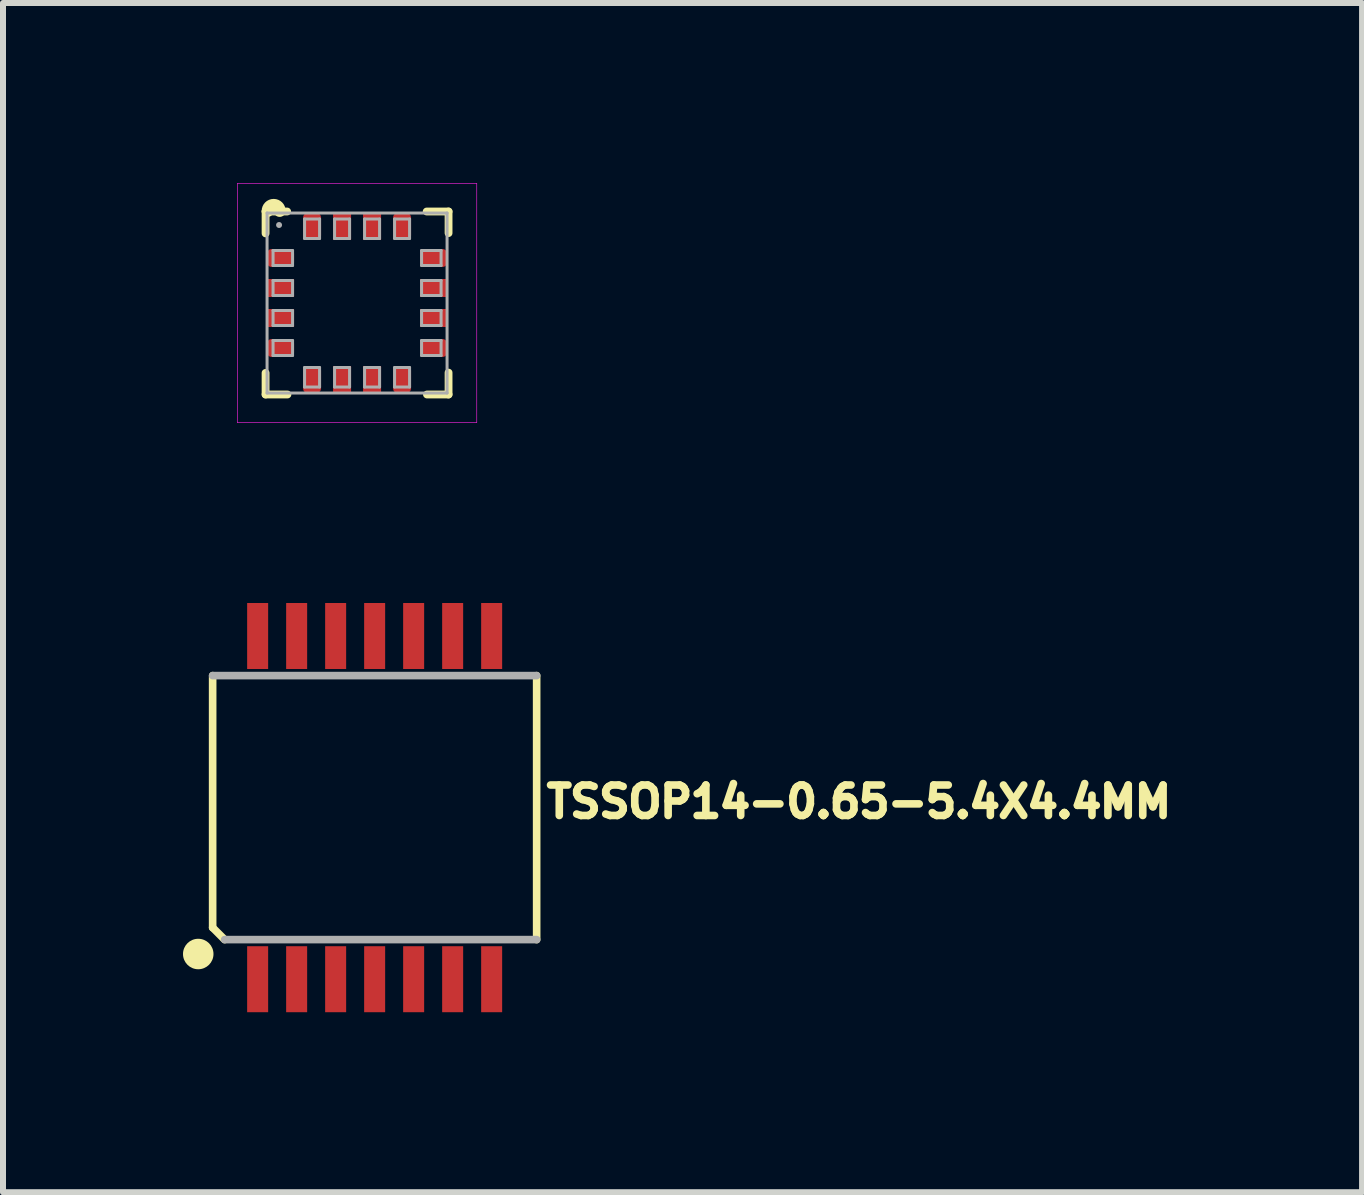
<source format=kicad_pcb>
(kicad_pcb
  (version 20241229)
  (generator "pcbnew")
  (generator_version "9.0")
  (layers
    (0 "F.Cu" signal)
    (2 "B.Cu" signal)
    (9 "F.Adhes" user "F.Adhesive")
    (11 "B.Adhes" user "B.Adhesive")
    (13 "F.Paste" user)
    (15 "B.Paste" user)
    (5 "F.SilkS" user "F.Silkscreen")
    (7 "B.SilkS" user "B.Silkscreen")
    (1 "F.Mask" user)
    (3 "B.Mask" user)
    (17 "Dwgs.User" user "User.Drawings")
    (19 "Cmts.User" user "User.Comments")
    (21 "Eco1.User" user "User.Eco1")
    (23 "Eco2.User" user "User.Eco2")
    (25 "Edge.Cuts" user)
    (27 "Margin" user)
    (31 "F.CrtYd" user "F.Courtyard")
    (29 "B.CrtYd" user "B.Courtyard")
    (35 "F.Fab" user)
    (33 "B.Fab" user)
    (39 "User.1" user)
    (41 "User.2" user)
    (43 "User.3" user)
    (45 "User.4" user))
  (footprint "QLGA-16(3X3)"
    (layer "F.Cu")
    (at 2.901 2)
    (property "Reference" "QLGA-16(3X3)" (at 0 0 0) (layer "F.Mask") (effects (font (size 0.51 0.51) (thickness 0.09))))
    (fp_line (start -1.5 -1.5) (end 1.5 -1.5) (stroke (width 0.05) (type solid)) (layer "F.Mask"))
    (fp_line (start -1.5 1.5) (end -1.5 -1.5) (stroke (width 0.05) (type solid)) (layer "F.Mask"))
    (fp_line (start -1.35 -1.3) (end -1.15 -1.1) (stroke (width 0.1) (type solid)) (layer "F.Mask"))
    (fp_line (start -1.15 -1.1) (end -0.95 -1.3) (stroke (width 0.1) (type solid)) (layer "F.Mask"))
    (fp_line (start -1.1 -0.6) (end -1.1 -0.9) (stroke (width 0.1) (type solid)) (layer "F.Mask"))
    (fp_line (start -1.1 0.6) (end -1.1 0.9) (stroke (width 0.1) (type solid)) (layer "F.Mask"))
    (fp_line (start -1.018 -0.67) (end -1.018 -0.83) (stroke (width 0.065) (type solid)) (layer "F.Mask"))
    (fp_line (start -1.018 0.67) (end -1.018 0.83) (stroke (width 0.065) (type solid)) (layer "F.Mask"))
    (fp_line (start -0.95 -1.3) (end -1.35 -1.3) (stroke (width 0.1) (type solid)) (layer "F.Mask"))
    (fp_line (start -0.67 -1.018) (end -0.83 -1.018) (stroke (width 0.065) (type solid)) (layer "F.Mask"))
    (fp_line (start -0.67 1.018) (end -0.83 1.018) (stroke (width 0.065) (type solid)) (layer "F.Mask"))
    (fp_line (start -0.6 -1.1) (end -0.9 -1.1) (stroke (width 0.1) (type solid)) (layer "F.Mask"))
    (fp_line (start -0.6 1.1) (end -0.9 1.1) (stroke (width 0.1) (type solid)) (layer "F.Mask"))
    (fp_line (start 0.6 -1.1) (end 0.9 -1.1) (stroke (width 0.1) (type solid)) (layer "F.Mask"))
    (fp_line (start 0.6 1.1) (end 0.9 1.1) (stroke (width 0.1) (type solid)) (layer "F.Mask"))
    (fp_line (start 0.67 -1.018) (end 0.83 -1.018) (stroke (width 0.065) (type solid)) (layer "F.Mask"))
    (fp_line (start 0.67 1.018) (end 0.83 1.018) (stroke (width 0.065) (type solid)) (layer "F.Mask"))
    (fp_line (start 1.018 -0.67) (end 1.018 -0.83) (stroke (width 0.065) (type solid)) (layer "F.Mask"))
    (fp_line (start 1.018 0.67) (end 1.018 0.83) (stroke (width 0.065) (type solid)) (layer "F.Mask"))
    (fp_line (start 1.1 -0.6) (end 1.1 -0.9) (stroke (width 0.1) (type solid)) (layer "F.Mask"))
    (fp_line (start 1.1 0.6) (end 1.1 0.9) (stroke (width 0.1) (type solid)) (layer "F.Mask"))
    (fp_line (start 1.5 -1.5) (end 1.5 1.5) (stroke (width 0.05) (type solid)) (layer "F.Mask"))
    (fp_line (start 1.5 1.5) (end -1.5 1.5) (stroke (width 0.05) (type solid)) (layer "F.Mask"))
    (fp_arc (start -1.125 -0.932) (mid -1.050125 -0.903264) (end -1.0175 -0.83) (stroke (width 0.064) (type solid)) (layer "F.Mask"))
    (fp_arc (start -1.125 0.568) (mid -1.050125 0.596736) (end -1.0175 0.67) (stroke (width 0.065) (type solid)) (layer "F.Mask"))
    (fp_arc (start -1.0175 -0.67) (mid -1.050125 -0.596736) (end -1.125 -0.568) (stroke (width 0.065) (type solid)) (layer "F.Mask"))
    (fp_arc (start -1.0175 0.83) (mid -1.050125 0.903264) (end -1.125 0.932) (stroke (width 0.064) (type solid)) (layer "F.Mask"))
    (fp_arc (start -0.932 1.125) (mid -0.903264 1.050125) (end -0.83 1.0175) (stroke (width 0.064) (type solid)) (layer "F.Mask"))
    (fp_arc (start -0.83 -1.0175) (mid -0.903264 -1.050125) (end -0.932 -1.125) (stroke (width 0.064) (type solid)) (layer "F.Mask"))
    (fp_arc (start -0.67 1.0175) (mid -0.596736 1.050125) (end -0.568 1.125) (stroke (width 0.065) (type solid)) (layer "F.Mask"))
    (fp_arc (start -0.568 -1.125) (mid -0.596736 -1.050125) (end -0.67 -1.0175) (stroke (width 0.065) (type solid)) (layer "F.Mask"))
    (fp_arc (start 0.568 1.125) (mid 0.596736 1.050125) (end 0.67 1.0175) (stroke (width 0.065) (type solid)) (layer "F.Mask"))
    (fp_arc (start 0.67 -1.0175) (mid 0.596736 -1.050125) (end 0.568 -1.125) (stroke (width 0.065) (type solid)) (layer "F.Mask"))
    (fp_arc (start 0.83 1.0175) (mid 0.903264 1.050125) (end 0.932 1.125) (stroke (width 0.064) (type solid)) (layer "F.Mask"))
    (fp_arc (start 0.932 -1.125) (mid 0.903264 -1.050125) (end 0.83 -1.0175) (stroke (width 0.064) (type solid)) (layer "F.Mask"))
    (fp_arc (start 1.0175 -0.83) (mid 1.050125 -0.903264) (end 1.125 -0.932) (stroke (width 0.064) (type solid)) (layer "F.Mask"))
    (fp_arc (start 1.0175 0.67) (mid 1.050125 0.596736) (end 1.125 0.568) (stroke (width 0.065) (type solid)) (layer "F.Mask"))
    (fp_arc (start 1.125 -0.568) (mid 1.050125 -0.596736) (end 1.0175 -0.67) (stroke (width 0.065) (type solid)) (layer "F.Mask"))
    (fp_arc (start 1.125 0.932) (mid 1.050125 0.903264) (end 1.0175 0.83) (stroke (width 0.064) (type solid)) (layer "F.Mask"))
    (fp_poly (pts (xy -1.565 -0.536) (xy -1.12 -0.536) (xy -1.12 -0.964) (xy -1.565 -0.964)) (stroke (width 0) (type solid)) (fill yes) (layer "F.Mask"))
    (fp_poly (pts (xy -1.565 -0.036) (xy -0.985 -0.036) (xy -0.985 -0.464) (xy -1.565 -0.464)) (stroke (width 0) (type solid)) (fill yes) (layer "F.Mask"))
    (fp_poly (pts (xy -1.565 0.464) (xy -0.985 0.464) (xy -0.985 0.036) (xy -1.565 0.036)) (stroke (width 0) (type solid)) (fill yes) (layer "F.Mask"))
    (fp_poly (pts (xy -1.565 0.964) (xy -1.12 0.964) (xy -1.12 0.536) (xy -1.565 0.536)) (stroke (width 0) (type solid)) (fill yes) (layer "F.Mask"))
    (fp_poly (pts (xy -0.964 -1.565) (xy -0.964 -1.12) (xy -0.536 -1.12) (xy -0.536 -1.565)) (stroke (width 0) (type solid)) (fill yes) (layer "F.Mask"))
    (fp_poly (pts (xy -0.536 1.565) (xy -0.536 1.12) (xy -0.964 1.12) (xy -0.964 1.565)) (stroke (width 0) (type solid)) (fill yes) (layer "F.Mask"))
    (fp_poly (pts (xy -0.464 -0.985) (xy -0.036 -0.985) (xy -0.036 -1.565) (xy -0.464 -1.565)) (stroke (width 0) (type solid)) (fill yes) (layer "F.Mask"))
    (fp_poly (pts (xy -0.464 1.565) (xy -0.036 1.565) (xy -0.036 0.985) (xy -0.464 0.985)) (stroke (width 0) (type solid)) (fill yes) (layer "F.Mask"))
    (fp_poly (pts (xy 0.036 -0.985) (xy 0.464 -0.985) (xy 0.464 -1.565) (xy 0.036 -1.565)) (stroke (width 0) (type solid)) (fill yes) (layer "F.Mask"))
    (fp_poly (pts (xy 0.036 1.565) (xy 0.464 1.565) (xy 0.464 0.985) (xy 0.036 0.985)) (stroke (width 0) (type solid)) (fill yes) (layer "F.Mask"))
    (fp_poly (pts (xy 0.536 -1.565) (xy 0.536 -1.12) (xy 0.964 -1.12) (xy 0.964 -1.565)) (stroke (width 0) (type solid)) (fill yes) (layer "F.Mask"))
    (fp_poly (pts (xy 0.964 1.565) (xy 0.964 1.12) (xy 0.536 1.12) (xy 0.536 1.565)) (stroke (width 0) (type solid)) (fill yes) (layer "F.Mask"))
    (fp_poly (pts (xy 0.985 -0.036) (xy 1.565 -0.036) (xy 1.565 -0.464) (xy 0.985 -0.464)) (stroke (width 0) (type solid)) (fill yes) (layer "F.Mask"))
    (fp_poly (pts (xy 0.985 0.464) (xy 1.565 0.464) (xy 1.565 0.036) (xy 0.985 0.036)) (stroke (width 0) (type solid)) (fill yes) (layer "F.Mask"))
    (fp_poly (pts (xy 1.565 -0.964) (xy 1.12 -0.964) (xy 1.12 -0.536) (xy 1.565 -0.536)) (stroke (width 0) (type solid)) (fill yes) (layer "F.Mask"))
    (fp_poly (pts (xy 1.565 0.536) (xy 1.12 0.536) (xy 1.12 0.964) (xy 1.565 0.964)) (stroke (width 0) (type solid)) (fill yes) (layer "F.Mask"))
    (fp_line (start -1.525 -1.525) (end -1.525 -1.16) (stroke (width 0.13) (type solid)) (layer "F.SilkS"))
    (fp_line (start -1.525 1.165) (end -1.525 1.525) (stroke (width 0.13) (type solid)) (layer "F.SilkS"))
    (fp_line (start -1.525 1.525) (end -1.16 1.525) (stroke (width 0.13) (type solid)) (layer "F.SilkS"))
    (fp_line (start -1.165 -1.525) (end -1.525 -1.525) (stroke (width 0.13) (type solid)) (layer "F.SilkS"))
    (fp_line (start 1.165 1.525) (end 1.525 1.525) (stroke (width 0.13) (type solid)) (layer "F.SilkS"))
    (fp_line (start 1.525 -1.525) (end 1.16 -1.525) (stroke (width 0.13) (type solid)) (layer "F.SilkS"))
    (fp_line (start 1.525 -1.165) (end 1.525 -1.525) (stroke (width 0.13) (type solid)) (layer "F.SilkS"))
    (fp_line (start 1.525 1.525) (end 1.525 1.16) (stroke (width 0.13) (type solid)) (layer "F.SilkS"))
    (fp_arc (start -1.49 -1.535) (mid -1.39 -1.635) (end -1.29 -1.535) (stroke (width 0.2) (type solid)) (layer "F.SilkS"))
    (fp_line (start -1.995 -1.995) (end 1.995 -1.995) (stroke (width 0.01) (type solid)) (layer "F.CrtYd"))
    (fp_line (start -1.995 1.995) (end -1.995 -1.995) (stroke (width 0.01) (type solid)) (layer "F.CrtYd"))
    (fp_line (start 1.995 -1.995) (end 1.995 1.995) (stroke (width 0.01) (type solid)) (layer "F.CrtYd"))
    (fp_line (start 1.995 1.995) (end -1.995 1.995) (stroke (width 0.01) (type solid)) (layer "F.CrtYd"))
    (fp_line (start -1.5 -1.5) (end 1.5 -1.5) (stroke (width 0.05) (type solid)) (layer "F.Fab"))
    (fp_line (start -1.5 1.5) (end -1.5 -1.5) (stroke (width 0.05) (type solid)) (layer "F.Fab"))
    (fp_line (start -1.4 -0.875) (end -1.075 -0.875) (stroke (width 0.05) (type solid)) (layer "F.Fab"))
    (fp_line (start -1.4 -0.625) (end -1.4 -0.875) (stroke (width 0.05) (type solid)) (layer "F.Fab"))
    (fp_line (start -1.4 -0.375) (end -1.075 -0.375) (stroke (width 0.05) (type solid)) (layer "F.Fab"))
    (fp_line (start -1.4 -0.125) (end -1.4 -0.375) (stroke (width 0.05) (type solid)) (layer "F.Fab"))
    (fp_line (start -1.4 0.125) (end -1.075 0.125) (stroke (width 0.05) (type solid)) (layer "F.Fab"))
    (fp_line (start -1.4 0.375) (end -1.4 0.125) (stroke (width 0.05) (type solid)) (layer "F.Fab"))
    (fp_line (start -1.4 0.625) (end -1.075 0.625) (stroke (width 0.05) (type solid)) (layer "F.Fab"))
    (fp_line (start -1.4 0.875) (end -1.4 0.625) (stroke (width 0.05) (type solid)) (layer "F.Fab"))
    (fp_line (start -1.075 -0.875) (end -1.075 -0.625) (stroke (width 0.05) (type solid)) (layer "F.Fab"))
    (fp_line (start -1.075 -0.625) (end -1.4 -0.625) (stroke (width 0.05) (type solid)) (layer "F.Fab"))
    (fp_line (start -1.075 -0.375) (end -1.075 -0.125) (stroke (width 0.05) (type solid)) (layer "F.Fab"))
    (fp_line (start -1.075 -0.125) (end -1.4 -0.125) (stroke (width 0.05) (type solid)) (layer "F.Fab"))
    (fp_line (start -1.075 0.125) (end -1.075 0.375) (stroke (width 0.05) (type solid)) (layer "F.Fab"))
    (fp_line (start -1.075 0.375) (end -1.4 0.375) (stroke (width 0.05) (type solid)) (layer "F.Fab"))
    (fp_line (start -1.075 0.625) (end -1.075 0.875) (stroke (width 0.05) (type solid)) (layer "F.Fab"))
    (fp_line (start -1.075 0.875) (end -1.4 0.875) (stroke (width 0.05) (type solid)) (layer "F.Fab"))
    (fp_line (start -0.875 -1.4) (end -0.875 -1.075) (stroke (width 0.05) (type solid)) (layer "F.Fab"))
    (fp_line (start -0.875 -1.075) (end -0.625 -1.075) (stroke (width 0.05) (type solid)) (layer "F.Fab"))
    (fp_line (start -0.875 1.075) (end -0.625 1.075) (stroke (width 0.05) (type solid)) (layer "F.Fab"))
    (fp_line (start -0.875 1.4) (end -0.875 1.075) (stroke (width 0.05) (type solid)) (layer "F.Fab"))
    (fp_line (start -0.625 -1.4) (end -0.875 -1.4) (stroke (width 0.05) (type solid)) (layer "F.Fab"))
    (fp_line (start -0.625 -1.075) (end -0.625 -1.4) (stroke (width 0.05) (type solid)) (layer "F.Fab"))
    (fp_line (start -0.625 1.075) (end -0.625 1.4) (stroke (width 0.05) (type solid)) (layer "F.Fab"))
    (fp_line (start -0.625 1.4) (end -0.875 1.4) (stroke (width 0.05) (type solid)) (layer "F.Fab"))
    (fp_line (start -0.375 -1.4) (end -0.375 -1.075) (stroke (width 0.05) (type solid)) (layer "F.Fab"))
    (fp_line (start -0.375 -1.075) (end -0.125 -1.075) (stroke (width 0.05) (type solid)) (layer "F.Fab"))
    (fp_line (start -0.375 1.075) (end -0.125 1.075) (stroke (width 0.05) (type solid)) (layer "F.Fab"))
    (fp_line (start -0.375 1.4) (end -0.375 1.075) (stroke (width 0.05) (type solid)) (layer "F.Fab"))
    (fp_line (start -0.125 -1.4) (end -0.375 -1.4) (stroke (width 0.05) (type solid)) (layer "F.Fab"))
    (fp_line (start -0.125 -1.075) (end -0.125 -1.4) (stroke (width 0.05) (type solid)) (layer "F.Fab"))
    (fp_line (start -0.125 1.075) (end -0.125 1.4) (stroke (width 0.05) (type solid)) (layer "F.Fab"))
    (fp_line (start -0.125 1.4) (end -0.375 1.4) (stroke (width 0.05) (type solid)) (layer "F.Fab"))
    (fp_line (start 0.125 -1.4) (end 0.125 -1.075) (stroke (width 0.05) (type solid)) (layer "F.Fab"))
    (fp_line (start 0.125 -1.075) (end 0.375 -1.075) (stroke (width 0.05) (type solid)) (layer "F.Fab"))
    (fp_line (start 0.125 1.075) (end 0.375 1.075) (stroke (width 0.05) (type solid)) (layer "F.Fab"))
    (fp_line (start 0.125 1.4) (end 0.125 1.075) (stroke (width 0.05) (type solid)) (layer "F.Fab"))
    (fp_line (start 0.375 -1.4) (end 0.125 -1.4) (stroke (width 0.05) (type solid)) (layer "F.Fab"))
    (fp_line (start 0.375 -1.075) (end 0.375 -1.4) (stroke (width 0.05) (type solid)) (layer "F.Fab"))
    (fp_line (start 0.375 1.075) (end 0.375 1.4) (stroke (width 0.05) (type solid)) (layer "F.Fab"))
    (fp_line (start 0.375 1.4) (end 0.125 1.4) (stroke (width 0.05) (type solid)) (layer "F.Fab"))
    (fp_line (start 0.625 -1.4) (end 0.625 -1.075) (stroke (width 0.05) (type solid)) (layer "F.Fab"))
    (fp_line (start 0.625 -1.075) (end 0.875 -1.075) (stroke (width 0.05) (type solid)) (layer "F.Fab"))
    (fp_line (start 0.625 1.075) (end 0.875 1.075) (stroke (width 0.05) (type solid)) (layer "F.Fab"))
    (fp_line (start 0.625 1.4) (end 0.625 1.075) (stroke (width 0.05) (type solid)) (layer "F.Fab"))
    (fp_line (start 0.875 -1.4) (end 0.625 -1.4) (stroke (width 0.05) (type solid)) (layer "F.Fab"))
    (fp_line (start 0.875 -1.075) (end 0.875 -1.4) (stroke (width 0.05) (type solid)) (layer "F.Fab"))
    (fp_line (start 0.875 1.075) (end 0.875 1.4) (stroke (width 0.05) (type solid)) (layer "F.Fab"))
    (fp_line (start 0.875 1.4) (end 0.625 1.4) (stroke (width 0.05) (type solid)) (layer "F.Fab"))
    (fp_line (start 1.075 -0.875) (end 1.075 -0.625) (stroke (width 0.05) (type solid)) (layer "F.Fab"))
    (fp_line (start 1.075 -0.625) (end 1.4 -0.625) (stroke (width 0.05) (type solid)) (layer "F.Fab"))
    (fp_line (start 1.075 -0.375) (end 1.075 -0.125) (stroke (width 0.05) (type solid)) (layer "F.Fab"))
    (fp_line (start 1.075 -0.125) (end 1.4 -0.125) (stroke (width 0.05) (type solid)) (layer "F.Fab"))
    (fp_line (start 1.075 0.125) (end 1.075 0.375) (stroke (width 0.05) (type solid)) (layer "F.Fab"))
    (fp_line (start 1.075 0.375) (end 1.4 0.375) (stroke (width 0.05) (type solid)) (layer "F.Fab"))
    (fp_line (start 1.075 0.625) (end 1.075 0.875) (stroke (width 0.05) (type solid)) (layer "F.Fab"))
    (fp_line (start 1.075 0.875) (end 1.4 0.875) (stroke (width 0.05) (type solid)) (layer "F.Fab"))
    (fp_line (start 1.4 -0.875) (end 1.075 -0.875) (stroke (width 0.05) (type solid)) (layer "F.Fab"))
    (fp_line (start 1.4 -0.625) (end 1.4 -0.875) (stroke (width 0.05) (type solid)) (layer "F.Fab"))
    (fp_line (start 1.4 -0.375) (end 1.075 -0.375) (stroke (width 0.05) (type solid)) (layer "F.Fab"))
    (fp_line (start 1.4 -0.125) (end 1.4 -0.375) (stroke (width 0.05) (type solid)) (layer "F.Fab"))
    (fp_line (start 1.4 0.125) (end 1.075 0.125) (stroke (width 0.05) (type solid)) (layer "F.Fab"))
    (fp_line (start 1.4 0.375) (end 1.4 0.125) (stroke (width 0.05) (type solid)) (layer "F.Fab"))
    (fp_line (start 1.4 0.625) (end 1.075 0.625) (stroke (width 0.05) (type solid)) (layer "F.Fab"))
    (fp_line (start 1.4 0.875) (end 1.4 0.625) (stroke (width 0.05) (type solid)) (layer "F.Fab"))
    (fp_line (start 1.5 -1.5) (end 1.5 1.5) (stroke (width 0.05) (type solid)) (layer "F.Fab"))
    (fp_line (start 1.5 1.5) (end -1.5 1.5) (stroke (width 0.05) (type solid)) (layer "F.Fab"))
    (fp_circle (center -1.3 -1.3) (end -1.275 -1.3) (stroke (width 0.05) (type solid)) (fill no) (layer "F.Fab"))
    (pad "1" smd roundrect (at -1.275 -0.75) (size 0.45 0.3) (layers "F.Cu" "F.Paste") (roundrect_rratio 0.25))
    (pad "2" smd rect (at -1.275 -0.25) (size 0.45 0.3) (layers "F.Cu" "F.Paste"))
    (pad "3" smd rect (at -1.275 0.25) (size 0.45 0.3) (layers "F.Cu" "F.Paste"))
    (pad "4" smd roundrect (at -1.275 0.75) (size 0.45 0.3) (layers "F.Cu" "F.Paste") (roundrect_rratio 0.25))
    (pad "5" smd roundrect (at -0.75 1.275) (size 0.3 0.45) (layers "F.Cu" "F.Paste") (roundrect_rratio 0.25))
    (pad "6" smd rect (at -0.25 1.275) (size 0.3 0.45) (layers "F.Cu" "F.Paste"))
    (pad "7" smd rect (at 0.25 1.275) (size 0.3 0.45) (layers "F.Cu" "F.Paste"))
    (pad "8" smd roundrect (at 0.75 1.275) (size 0.3 0.45) (layers "F.Cu" "F.Paste") (roundrect_rratio 0.25))
    (pad "9" smd roundrect (at 1.275 0.75) (size 0.45 0.3) (layers "F.Cu" "F.Paste") (roundrect_rratio 0.25))
    (pad "10" smd rect (at 1.275 0.25) (size 0.45 0.3) (layers "F.Cu" "F.Paste"))
    (pad "11" smd rect (at 1.275 -0.25) (size 0.45 0.3) (layers "F.Cu" "F.Paste"))
    (pad "12" smd roundrect (at 1.275 -0.75) (size 0.45 0.3) (layers "F.Cu" "F.Paste") (roundrect_rratio 0.25))
    (pad "13" smd roundrect (at 0.75 -1.275) (size 0.3 0.45) (layers "F.Cu" "F.Paste") (roundrect_rratio 0.25))
    (pad "14" smd rect (at 0.25 -1.275) (size 0.3 0.45) (layers "F.Cu" "F.Paste"))
    (pad "15" smd rect (at -0.25 -1.275) (size 0.3 0.45) (layers "F.Cu" "F.Paste"))
    (pad "16" smd roundrect (at -0.75 -1.275) (size 0.3 0.45) (layers "F.Cu" "F.Paste") (roundrect_rratio 0.25)))
  (footprint "TSSOP14-0.65-5.4X4.4MM"
    (layer "F.Cu")
    (at 3.194 10.41)
    (property "Reference" "TSSOP14-0.65-5.4X4.4MM" (at 2.8 0.2 0) (layer "F.SilkS") (effects (font (size 0.508 0.508) (thickness 0.127)) (justify left bottom)))
    (fp_line (start -2.7 2) (end -2.7 -2.2) (stroke (width 0.127) (type solid)) (layer "F.SilkS"))
    (fp_line (start -2.5 2.2) (end -2.7 2) (stroke (width 0.127) (type solid)) (layer "F.SilkS"))
    (fp_line (start 2.7 -2.2) (end 2.7 2.2) (stroke (width 0.127) (type solid)) (layer "F.SilkS"))
    (fp_circle (center -2.94 2.44) (end -2.813 2.44) (stroke (width 0.254) (type solid)) (fill yes) (layer "F.SilkS"))
    (fp_line (start -2.7 -2.2) (end 2.7 -2.2) (stroke (width 0.127) (type solid)) (layer "F.Fab"))
    (fp_line (start 2.7 2.2) (end -2.5 2.2) (stroke (width 0.127) (type solid)) (layer "F.Fab"))
    (pad "1" smd rect (at -1.95 2.86) (size 0.35 1.1) (layers "F.Cu" "F.Mask" "F.Paste"))
    (pad "2" smd rect (at -1.3 2.86) (size 0.35 1.1) (layers "F.Cu" "F.Mask" "F.Paste"))
    (pad "3" smd rect (at -0.65 2.86) (size 0.35 1.1) (layers "F.Cu" "F.Mask" "F.Paste"))
    (pad "4" smd rect (at 0 2.86) (size 0.35 1.1) (layers "F.Cu" "F.Mask" "F.Paste"))
    (pad "5" smd rect (at 0.65 2.86) (size 0.35 1.1) (layers "F.Cu" "F.Mask" "F.Paste"))
    (pad "6" smd rect (at 1.3 2.86) (size 0.35 1.1) (layers "F.Cu" "F.Mask" "F.Paste"))
    (pad "7" smd rect (at 1.95 2.86) (size 0.35 1.1) (layers "F.Cu" "F.Mask" "F.Paste"))
    (pad "8" smd rect (at 1.95 -2.86 180) (size 0.35 1.1) (layers "F.Cu" "F.Mask" "F.Paste"))
    (pad "9" smd rect (at 1.3 -2.86) (size 0.35 1.1) (layers "F.Cu" "F.Mask" "F.Paste"))
    (pad "10" smd rect (at 0.65 -2.86) (size 0.35 1.1) (layers "F.Cu" "F.Mask" "F.Paste"))
    (pad "11" smd rect (at 0 -2.86) (size 0.35 1.1) (layers "F.Cu" "F.Mask" "F.Paste"))
    (pad "12" smd rect (at -0.65 -2.86) (size 0.35 1.1) (layers "F.Cu" "F.Mask" "F.Paste"))
    (pad "13" smd rect (at -1.3 -2.86) (size 0.35 1.1) (layers "F.Cu" "F.Mask" "F.Paste"))
    (pad "14" smd rect (at -1.95 -2.86) (size 0.35 1.1) (layers "F.Cu" "F.Mask" "F.Paste")))
  (gr_rect
    (start -3 -3)
    (end 19.651 16.82)
    (stroke (width 0.1) (type default))
    (fill no)
    (layer "Edge.Cuts")))
</source>
